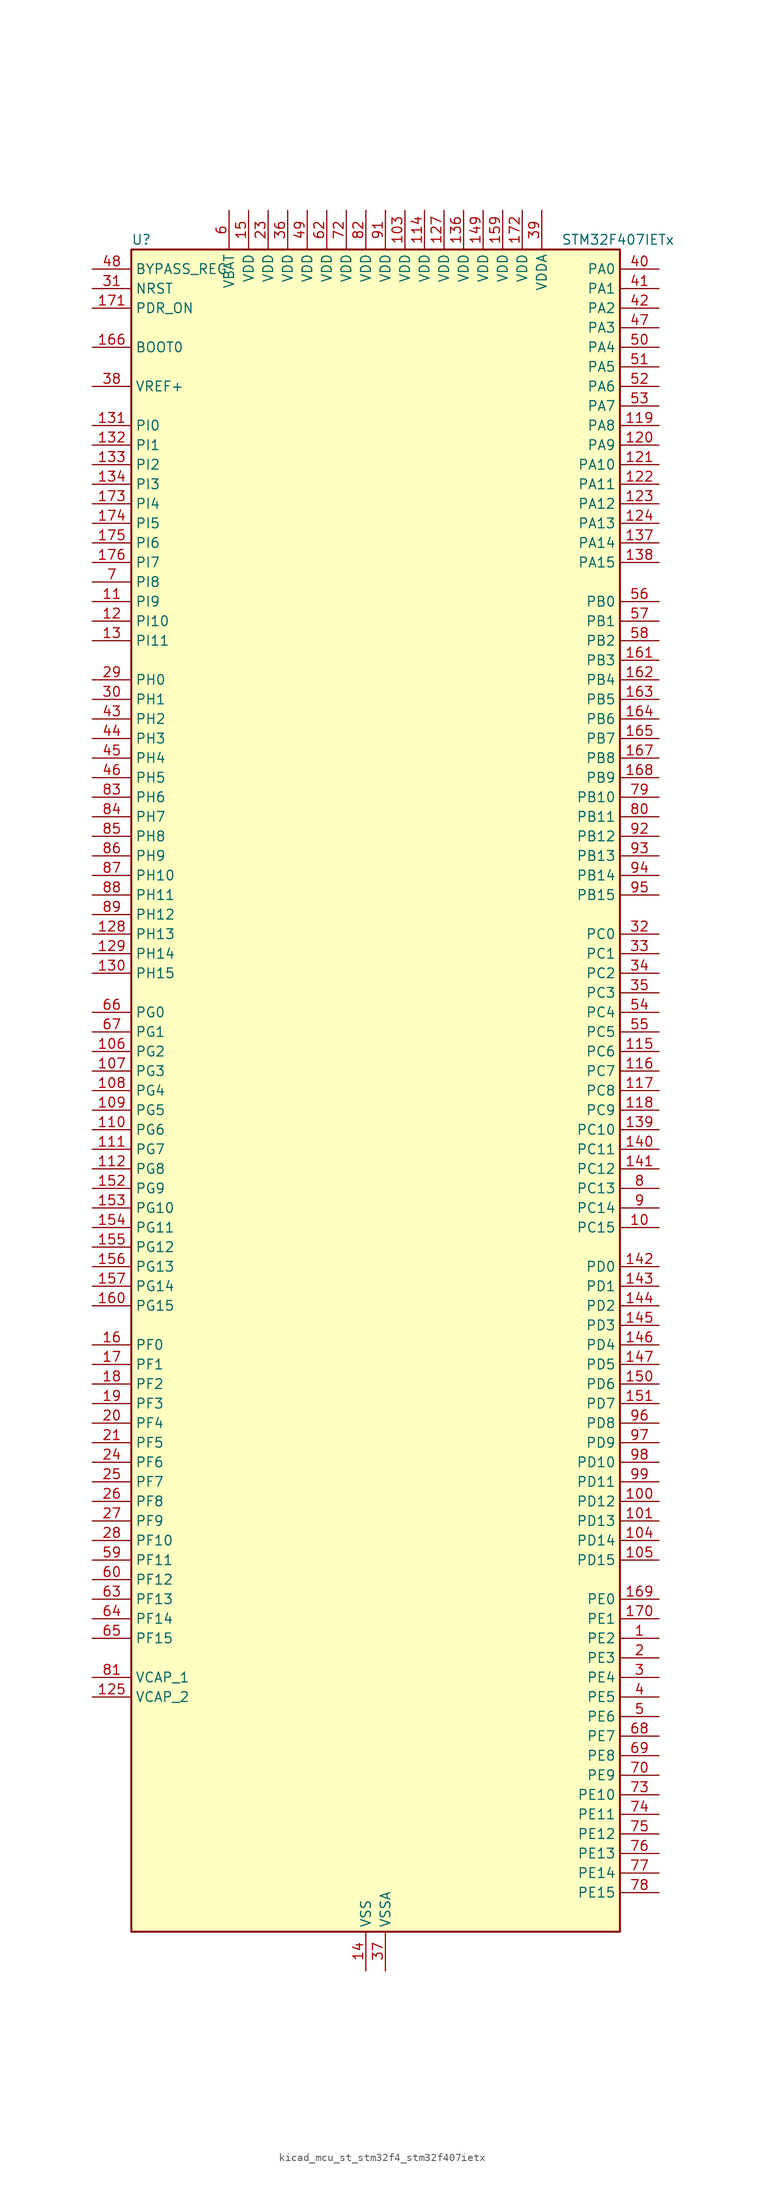
<source format=kicad_sym>
(kicad_symbol_lib
  (version 20220914)
  (generator kicad_symbol_editor)
  (symbol "kicad_mcu_st_stm32f4_stm32f407ietx"
    (property "Reference" "U"
      (at -30.48 110.49 0)
      (effects (font (size 1.27 1.27)) (justify left)))
    (property "Value" "STM32F407IETx"
      (at 25.4 110.49 0)
      (effects (font (size 1.27 1.27)) (justify left)))
    (property "ki_locked" ""
      (at 0 0 0)
      (effects (font (size 1.27 1.27))))
    (symbol "kicad_mcu_st_stm32f4_stm32f407ietx_0_1"
      (rectangle (start -30.48 -109.22) (end 33.02 109.22) (stroke (width 0.254) (type default)) (fill (type background))))
    (symbol "kicad_mcu_st_stm32f4_stm32f407ietx_1_1"
      (pin bidirectional line (at 38.1 -71.12 180) (length 5.08) (name "PE2" (effects (font (size 1.27 1.27)))) (number "1" (effects (font (size 1.27 1.27)))) (alternate "ETH_TXD3" bidirectional line) (alternate "FSMC_A23" bidirectional line) (alternate "SYS_TRACECLK" bidirectional line))
      (pin bidirectional line (at 38.1 -17.78 180) (length 5.08) (name "PC15" (effects (font (size 1.27 1.27)))) (number "10" (effects (font (size 1.27 1.27)))) (alternate "ADC1_EXTI15" bidirectional line) (alternate "ADC2_EXTI15" bidirectional line) (alternate "ADC3_EXTI15" bidirectional line) (alternate "RCC_OSC32_OUT" bidirectional line))
      (pin bidirectional line (at 38.1 -53.34 180) (length 5.08) (name "PD12" (effects (font (size 1.27 1.27)))) (number "100" (effects (font (size 1.27 1.27)))) (alternate "FSMC_A17" bidirectional line) (alternate "FSMC_ALE" bidirectional line) (alternate "TIM4_CH1" bidirectional line) (alternate "USART3_RTS" bidirectional line))
      (pin bidirectional line (at 38.1 -55.88 180) (length 5.08) (name "PD13" (effects (font (size 1.27 1.27)))) (number "101" (effects (font (size 1.27 1.27)))) (alternate "FSMC_A18" bidirectional line) (alternate "TIM4_CH2" bidirectional line))
      (pin passive line (at 0 -114.3 90) (length 5.08) hide (name "VSS" (effects (font (size 1.27 1.27)))) (number "102" (effects (font (size 1.27 1.27)))))
      (pin power_in line (at 5.08 114.3 270) (length 5.08) (name "VDD" (effects (font (size 1.27 1.27)))) (number "103" (effects (font (size 1.27 1.27)))))
      (pin bidirectional line (at 38.1 -58.42 180) (length 5.08) (name "PD14" (effects (font (size 1.27 1.27)))) (number "104" (effects (font (size 1.27 1.27)))) (alternate "FSMC_D0" bidirectional line) (alternate "FSMC_DA0" bidirectional line) (alternate "TIM4_CH3" bidirectional line))
      (pin bidirectional line (at 38.1 -60.96 180) (length 5.08) (name "PD15" (effects (font (size 1.27 1.27)))) (number "105" (effects (font (size 1.27 1.27)))) (alternate "ADC1_EXTI15" bidirectional line) (alternate "ADC2_EXTI15" bidirectional line) (alternate "ADC3_EXTI15" bidirectional line) (alternate "FSMC_D1" bidirectional line) (alternate "FSMC_DA1" bidirectional line) (alternate "TIM4_CH4" bidirectional line))
      (pin bidirectional line (at -35.56 5.08 0) (length 5.08) (name "PG2" (effects (font (size 1.27 1.27)))) (number "106" (effects (font (size 1.27 1.27)))) (alternate "FSMC_A12" bidirectional line))
      (pin bidirectional line (at -35.56 2.54 0) (length 5.08) (name "PG3" (effects (font (size 1.27 1.27)))) (number "107" (effects (font (size 1.27 1.27)))) (alternate "FSMC_A13" bidirectional line))
      (pin bidirectional line (at -35.56 0 0) (length 5.08) (name "PG4" (effects (font (size 1.27 1.27)))) (number "108" (effects (font (size 1.27 1.27)))) (alternate "FSMC_A14" bidirectional line))
      (pin bidirectional line (at -35.56 -2.54 0) (length 5.08) (name "PG5" (effects (font (size 1.27 1.27)))) (number "109" (effects (font (size 1.27 1.27)))) (alternate "FSMC_A15" bidirectional line))
      (pin bidirectional line (at -35.56 63.5 0) (length 5.08) (name "PI9" (effects (font (size 1.27 1.27)))) (number "11" (effects (font (size 1.27 1.27)))) (alternate "CAN1_RX" bidirectional line) (alternate "DAC_EXTI9" bidirectional line))
      (pin bidirectional line (at -35.56 -5.08 0) (length 5.08) (name "PG6" (effects (font (size 1.27 1.27)))) (number "110" (effects (font (size 1.27 1.27)))) (alternate "FSMC_INT2" bidirectional line))
      (pin bidirectional line (at -35.56 -7.62 0) (length 5.08) (name "PG7" (effects (font (size 1.27 1.27)))) (number "111" (effects (font (size 1.27 1.27)))) (alternate "FSMC_INT3" bidirectional line) (alternate "USART6_CK" bidirectional line))
      (pin bidirectional line (at -35.56 -10.16 0) (length 5.08) (name "PG8" (effects (font (size 1.27 1.27)))) (number "112" (effects (font (size 1.27 1.27)))) (alternate "ETH_PPS_OUT" bidirectional line) (alternate "USART6_RTS" bidirectional line))
      (pin passive line (at 0 -114.3 90) (length 5.08) hide (name "VSS" (effects (font (size 1.27 1.27)))) (number "113" (effects (font (size 1.27 1.27)))))
      (pin power_in line (at 7.62 114.3 270) (length 5.08) (name "VDD" (effects (font (size 1.27 1.27)))) (number "114" (effects (font (size 1.27 1.27)))))
      (pin bidirectional line (at 38.1 5.08 180) (length 5.08) (name "PC6" (effects (font (size 1.27 1.27)))) (number "115" (effects (font (size 1.27 1.27)))) (alternate "DCMI_D0" bidirectional line) (alternate "I2S2_MCK" bidirectional line) (alternate "SDIO_D6" bidirectional line) (alternate "TIM3_CH1" bidirectional line) (alternate "TIM8_CH1" bidirectional line) (alternate "USART6_TX" bidirectional line))
      (pin bidirectional line (at 38.1 2.54 180) (length 5.08) (name "PC7" (effects (font (size 1.27 1.27)))) (number "116" (effects (font (size 1.27 1.27)))) (alternate "DCMI_D1" bidirectional line) (alternate "I2S3_MCK" bidirectional line) (alternate "SDIO_D7" bidirectional line) (alternate "TIM3_CH2" bidirectional line) (alternate "TIM8_CH2" bidirectional line) (alternate "USART6_RX" bidirectional line))
      (pin bidirectional line (at 38.1 0 180) (length 5.08) (name "PC8" (effects (font (size 1.27 1.27)))) (number "117" (effects (font (size 1.27 1.27)))) (alternate "DCMI_D2" bidirectional line) (alternate "SDIO_D0" bidirectional line) (alternate "TIM3_CH3" bidirectional line) (alternate "TIM8_CH3" bidirectional line) (alternate "USART6_CK" bidirectional line))
      (pin bidirectional line (at 38.1 -2.54 180) (length 5.08) (name "PC9" (effects (font (size 1.27 1.27)))) (number "118" (effects (font (size 1.27 1.27)))) (alternate "DAC_EXTI9" bidirectional line) (alternate "DCMI_D3" bidirectional line) (alternate "I2C3_SDA" bidirectional line) (alternate "I2S_CKIN" bidirectional line) (alternate "RCC_MCO_2" bidirectional line) (alternate "SDIO_D1" bidirectional line) (alternate "TIM3_CH4" bidirectional line) (alternate "TIM8_CH4" bidirectional line))
      (pin bidirectional line (at 38.1 86.36 180) (length 5.08) (name "PA8" (effects (font (size 1.27 1.27)))) (number "119" (effects (font (size 1.27 1.27)))) (alternate "I2C3_SCL" bidirectional line) (alternate "RCC_MCO_1" bidirectional line) (alternate "TIM1_CH1" bidirectional line) (alternate "USART1_CK" bidirectional line) (alternate "USB_OTG_FS_SOF" bidirectional line))
      (pin bidirectional line (at -35.56 60.96 0) (length 5.08) (name "PI10" (effects (font (size 1.27 1.27)))) (number "12" (effects (font (size 1.27 1.27)))) (alternate "ETH_RX_ER" bidirectional line))
      (pin bidirectional line (at 38.1 83.82 180) (length 5.08) (name "PA9" (effects (font (size 1.27 1.27)))) (number "120" (effects (font (size 1.27 1.27)))) (alternate "DAC_EXTI9" bidirectional line) (alternate "DCMI_D0" bidirectional line) (alternate "I2C3_SMBA" bidirectional line) (alternate "TIM1_CH2" bidirectional line) (alternate "USART1_TX" bidirectional line) (alternate "USB_OTG_FS_VBUS" bidirectional line))
      (pin bidirectional line (at 38.1 81.28 180) (length 5.08) (name "PA10" (effects (font (size 1.27 1.27)))) (number "121" (effects (font (size 1.27 1.27)))) (alternate "DCMI_D1" bidirectional line) (alternate "TIM1_CH3" bidirectional line) (alternate "USART1_RX" bidirectional line) (alternate "USB_OTG_FS_ID" bidirectional line))
      (pin bidirectional line (at 38.1 78.74 180) (length 5.08) (name "PA11" (effects (font (size 1.27 1.27)))) (number "122" (effects (font (size 1.27 1.27)))) (alternate "ADC1_EXTI11" bidirectional line) (alternate "ADC2_EXTI11" bidirectional line) (alternate "ADC3_EXTI11" bidirectional line) (alternate "CAN1_RX" bidirectional line) (alternate "TIM1_CH4" bidirectional line) (alternate "USART1_CTS" bidirectional line) (alternate "USB_OTG_FS_DM" bidirectional line))
      (pin bidirectional line (at 38.1 76.2 180) (length 5.08) (name "PA12" (effects (font (size 1.27 1.27)))) (number "123" (effects (font (size 1.27 1.27)))) (alternate "CAN1_TX" bidirectional line) (alternate "TIM1_ETR" bidirectional line) (alternate "USART1_RTS" bidirectional line) (alternate "USB_OTG_FS_DP" bidirectional line))
      (pin bidirectional line (at 38.1 73.66 180) (length 5.08) (name "PA13" (effects (font (size 1.27 1.27)))) (number "124" (effects (font (size 1.27 1.27)))) (alternate "SYS_JTMS-SWDIO" bidirectional line))
      (pin power_out line (at -35.56 -78.74 0) (length 5.08) (name "VCAP_2" (effects (font (size 1.27 1.27)))) (number "125" (effects (font (size 1.27 1.27)))))
      (pin passive line (at 0 -114.3 90) (length 5.08) hide (name "VSS" (effects (font (size 1.27 1.27)))) (number "126" (effects (font (size 1.27 1.27)))))
      (pin power_in line (at 10.16 114.3 270) (length 5.08) (name "VDD" (effects (font (size 1.27 1.27)))) (number "127" (effects (font (size 1.27 1.27)))))
      (pin bidirectional line (at -35.56 20.32 0) (length 5.08) (name "PH13" (effects (font (size 1.27 1.27)))) (number "128" (effects (font (size 1.27 1.27)))) (alternate "CAN1_TX" bidirectional line) (alternate "TIM8_CH1N" bidirectional line))
      (pin bidirectional line (at -35.56 17.78 0) (length 5.08) (name "PH14" (effects (font (size 1.27 1.27)))) (number "129" (effects (font (size 1.27 1.27)))) (alternate "DCMI_D4" bidirectional line) (alternate "TIM8_CH2N" bidirectional line))
      (pin bidirectional line (at -35.56 58.42 0) (length 5.08) (name "PI11" (effects (font (size 1.27 1.27)))) (number "13" (effects (font (size 1.27 1.27)))) (alternate "ADC1_EXTI11" bidirectional line) (alternate "ADC2_EXTI11" bidirectional line) (alternate "ADC3_EXTI11" bidirectional line) (alternate "USB_OTG_HS_ULPI_DIR" bidirectional line))
      (pin bidirectional line (at -35.56 15.24 0) (length 5.08) (name "PH15" (effects (font (size 1.27 1.27)))) (number "130" (effects (font (size 1.27 1.27)))) (alternate "ADC1_EXTI15" bidirectional line) (alternate "ADC2_EXTI15" bidirectional line) (alternate "ADC3_EXTI15" bidirectional line) (alternate "DCMI_D11" bidirectional line) (alternate "TIM8_CH3N" bidirectional line))
      (pin bidirectional line (at -35.56 86.36 0) (length 5.08) (name "PI0" (effects (font (size 1.27 1.27)))) (number "131" (effects (font (size 1.27 1.27)))) (alternate "DCMI_D13" bidirectional line) (alternate "I2S2_WS" bidirectional line) (alternate "SPI2_NSS" bidirectional line) (alternate "TIM5_CH4" bidirectional line))
      (pin bidirectional line (at -35.56 83.82 0) (length 5.08) (name "PI1" (effects (font (size 1.27 1.27)))) (number "132" (effects (font (size 1.27 1.27)))) (alternate "DCMI_D8" bidirectional line) (alternate "I2S2_CK" bidirectional line) (alternate "SPI2_SCK" bidirectional line))
      (pin bidirectional line (at -35.56 81.28 0) (length 5.08) (name "PI2" (effects (font (size 1.27 1.27)))) (number "133" (effects (font (size 1.27 1.27)))) (alternate "DCMI_D9" bidirectional line) (alternate "I2S2_ext_SD" bidirectional line) (alternate "SPI2_MISO" bidirectional line) (alternate "TIM8_CH4" bidirectional line))
      (pin bidirectional line (at -35.56 78.74 0) (length 5.08) (name "PI3" (effects (font (size 1.27 1.27)))) (number "134" (effects (font (size 1.27 1.27)))) (alternate "DCMI_D10" bidirectional line) (alternate "I2S2_SD" bidirectional line) (alternate "SPI2_MOSI" bidirectional line) (alternate "TIM8_ETR" bidirectional line))
      (pin passive line (at 0 -114.3 90) (length 5.08) hide (name "VSS" (effects (font (size 1.27 1.27)))) (number "135" (effects (font (size 1.27 1.27)))))
      (pin power_in line (at 12.7 114.3 270) (length 5.08) (name "VDD" (effects (font (size 1.27 1.27)))) (number "136" (effects (font (size 1.27 1.27)))))
      (pin bidirectional line (at 38.1 71.12 180) (length 5.08) (name "PA14" (effects (font (size 1.27 1.27)))) (number "137" (effects (font (size 1.27 1.27)))) (alternate "SYS_JTCK-SWCLK" bidirectional line))
      (pin bidirectional line (at 38.1 68.58 180) (length 5.08) (name "PA15" (effects (font (size 1.27 1.27)))) (number "138" (effects (font (size 1.27 1.27)))) (alternate "ADC1_EXTI15" bidirectional line) (alternate "ADC2_EXTI15" bidirectional line) (alternate "ADC3_EXTI15" bidirectional line) (alternate "I2S3_WS" bidirectional line) (alternate "SPI1_NSS" bidirectional line) (alternate "SPI3_NSS" bidirectional line) (alternate "SYS_JTDI" bidirectional line) (alternate "TIM2_CH1" bidirectional line) (alternate "TIM2_ETR" bidirectional line))
      (pin bidirectional line (at 38.1 -5.08 180) (length 5.08) (name "PC10" (effects (font (size 1.27 1.27)))) (number "139" (effects (font (size 1.27 1.27)))) (alternate "DCMI_D8" bidirectional line) (alternate "I2S3_CK" bidirectional line) (alternate "SDIO_D2" bidirectional line) (alternate "SPI3_SCK" bidirectional line) (alternate "UART4_TX" bidirectional line) (alternate "USART3_TX" bidirectional line))
      (pin power_in line (at 0 -114.3 90) (length 5.08) (name "VSS" (effects (font (size 1.27 1.27)))) (number "14" (effects (font (size 1.27 1.27)))))
      (pin bidirectional line (at 38.1 -7.62 180) (length 5.08) (name "PC11" (effects (font (size 1.27 1.27)))) (number "140" (effects (font (size 1.27 1.27)))) (alternate "ADC1_EXTI11" bidirectional line) (alternate "ADC2_EXTI11" bidirectional line) (alternate "ADC3_EXTI11" bidirectional line) (alternate "DCMI_D4" bidirectional line) (alternate "I2S3_ext_SD" bidirectional line) (alternate "SDIO_D3" bidirectional line) (alternate "SPI3_MISO" bidirectional line) (alternate "UART4_RX" bidirectional line) (alternate "USART3_RX" bidirectional line))
      (pin bidirectional line (at 38.1 -10.16 180) (length 5.08) (name "PC12" (effects (font (size 1.27 1.27)))) (number "141" (effects (font (size 1.27 1.27)))) (alternate "DCMI_D9" bidirectional line) (alternate "I2S3_SD" bidirectional line) (alternate "SDIO_CK" bidirectional line) (alternate "SPI3_MOSI" bidirectional line) (alternate "UART5_TX" bidirectional line) (alternate "USART3_CK" bidirectional line))
      (pin bidirectional line (at 38.1 -22.86 180) (length 5.08) (name "PD0" (effects (font (size 1.27 1.27)))) (number "142" (effects (font (size 1.27 1.27)))) (alternate "CAN1_RX" bidirectional line) (alternate "FSMC_D2" bidirectional line) (alternate "FSMC_DA2" bidirectional line))
      (pin bidirectional line (at 38.1 -25.4 180) (length 5.08) (name "PD1" (effects (font (size 1.27 1.27)))) (number "143" (effects (font (size 1.27 1.27)))) (alternate "CAN1_TX" bidirectional line) (alternate "FSMC_D3" bidirectional line) (alternate "FSMC_DA3" bidirectional line))
      (pin bidirectional line (at 38.1 -27.94 180) (length 5.08) (name "PD2" (effects (font (size 1.27 1.27)))) (number "144" (effects (font (size 1.27 1.27)))) (alternate "DCMI_D11" bidirectional line) (alternate "SDIO_CMD" bidirectional line) (alternate "TIM3_ETR" bidirectional line) (alternate "UART5_RX" bidirectional line))
      (pin bidirectional line (at 38.1 -30.48 180) (length 5.08) (name "PD3" (effects (font (size 1.27 1.27)))) (number "145" (effects (font (size 1.27 1.27)))) (alternate "FSMC_CLK" bidirectional line) (alternate "USART2_CTS" bidirectional line))
      (pin bidirectional line (at 38.1 -33.02 180) (length 5.08) (name "PD4" (effects (font (size 1.27 1.27)))) (number "146" (effects (font (size 1.27 1.27)))) (alternate "FSMC_NOE" bidirectional line) (alternate "USART2_RTS" bidirectional line))
      (pin bidirectional line (at 38.1 -35.56 180) (length 5.08) (name "PD5" (effects (font (size 1.27 1.27)))) (number "147" (effects (font (size 1.27 1.27)))) (alternate "FSMC_NWE" bidirectional line) (alternate "USART2_TX" bidirectional line))
      (pin passive line (at 0 -114.3 90) (length 5.08) hide (name "VSS" (effects (font (size 1.27 1.27)))) (number "148" (effects (font (size 1.27 1.27)))))
      (pin power_in line (at 15.24 114.3 270) (length 5.08) (name "VDD" (effects (font (size 1.27 1.27)))) (number "149" (effects (font (size 1.27 1.27)))))
      (pin power_in line (at -15.24 114.3 270) (length 5.08) (name "VDD" (effects (font (size 1.27 1.27)))) (number "15" (effects (font (size 1.27 1.27)))))
      (pin bidirectional line (at 38.1 -38.1 180) (length 5.08) (name "PD6" (effects (font (size 1.27 1.27)))) (number "150" (effects (font (size 1.27 1.27)))) (alternate "FSMC_NWAIT" bidirectional line) (alternate "USART2_RX" bidirectional line))
      (pin bidirectional line (at 38.1 -40.64 180) (length 5.08) (name "PD7" (effects (font (size 1.27 1.27)))) (number "151" (effects (font (size 1.27 1.27)))) (alternate "FSMC_NCE2" bidirectional line) (alternate "FSMC_NE1" bidirectional line) (alternate "USART2_CK" bidirectional line))
      (pin bidirectional line (at -35.56 -12.7 0) (length 5.08) (name "PG9" (effects (font (size 1.27 1.27)))) (number "152" (effects (font (size 1.27 1.27)))) (alternate "DAC_EXTI9" bidirectional line) (alternate "FSMC_NCE3" bidirectional line) (alternate "FSMC_NE2" bidirectional line) (alternate "USART6_RX" bidirectional line))
      (pin bidirectional line (at -35.56 -15.24 0) (length 5.08) (name "PG10" (effects (font (size 1.27 1.27)))) (number "153" (effects (font (size 1.27 1.27)))) (alternate "FSMC_NCE4_1" bidirectional line) (alternate "FSMC_NE3" bidirectional line))
      (pin bidirectional line (at -35.56 -17.78 0) (length 5.08) (name "PG11" (effects (font (size 1.27 1.27)))) (number "154" (effects (font (size 1.27 1.27)))) (alternate "ADC1_EXTI11" bidirectional line) (alternate "ADC2_EXTI11" bidirectional line) (alternate "ADC3_EXTI11" bidirectional line) (alternate "ETH_TX_EN" bidirectional line) (alternate "FSMC_NCE4_2" bidirectional line))
      (pin bidirectional line (at -35.56 -20.32 0) (length 5.08) (name "PG12" (effects (font (size 1.27 1.27)))) (number "155" (effects (font (size 1.27 1.27)))) (alternate "FSMC_NE4" bidirectional line) (alternate "USART6_RTS" bidirectional line))
      (pin bidirectional line (at -35.56 -22.86 0) (length 5.08) (name "PG13" (effects (font (size 1.27 1.27)))) (number "156" (effects (font (size 1.27 1.27)))) (alternate "ETH_TXD0" bidirectional line) (alternate "FSMC_A24" bidirectional line) (alternate "USART6_CTS" bidirectional line))
      (pin bidirectional line (at -35.56 -25.4 0) (length 5.08) (name "PG14" (effects (font (size 1.27 1.27)))) (number "157" (effects (font (size 1.27 1.27)))) (alternate "ETH_TXD1" bidirectional line) (alternate "FSMC_A25" bidirectional line) (alternate "USART6_TX" bidirectional line))
      (pin passive line (at 0 -114.3 90) (length 5.08) hide (name "VSS" (effects (font (size 1.27 1.27)))) (number "158" (effects (font (size 1.27 1.27)))))
      (pin power_in line (at 17.78 114.3 270) (length 5.08) (name "VDD" (effects (font (size 1.27 1.27)))) (number "159" (effects (font (size 1.27 1.27)))))
      (pin bidirectional line (at -35.56 -33.02 0) (length 5.08) (name "PF0" (effects (font (size 1.27 1.27)))) (number "16" (effects (font (size 1.27 1.27)))) (alternate "FSMC_A0" bidirectional line) (alternate "I2C2_SDA" bidirectional line))
      (pin bidirectional line (at -35.56 -27.94 0) (length 5.08) (name "PG15" (effects (font (size 1.27 1.27)))) (number "160" (effects (font (size 1.27 1.27)))) (alternate "ADC1_EXTI15" bidirectional line) (alternate "ADC2_EXTI15" bidirectional line) (alternate "ADC3_EXTI15" bidirectional line) (alternate "DCMI_D13" bidirectional line) (alternate "USART6_CTS" bidirectional line))
      (pin bidirectional line (at 38.1 55.88 180) (length 5.08) (name "PB3" (effects (font (size 1.27 1.27)))) (number "161" (effects (font (size 1.27 1.27)))) (alternate "I2S3_CK" bidirectional line) (alternate "SPI1_SCK" bidirectional line) (alternate "SPI3_SCK" bidirectional line) (alternate "SYS_JTDO-SWO" bidirectional line) (alternate "TIM2_CH2" bidirectional line))
      (pin bidirectional line (at 38.1 53.34 180) (length 5.08) (name "PB4" (effects (font (size 1.27 1.27)))) (number "162" (effects (font (size 1.27 1.27)))) (alternate "I2S3_ext_SD" bidirectional line) (alternate "SPI1_MISO" bidirectional line) (alternate "SPI3_MISO" bidirectional line) (alternate "SYS_JTRST" bidirectional line) (alternate "TIM3_CH1" bidirectional line))
      (pin bidirectional line (at 38.1 50.8 180) (length 5.08) (name "PB5" (effects (font (size 1.27 1.27)))) (number "163" (effects (font (size 1.27 1.27)))) (alternate "CAN2_RX" bidirectional line) (alternate "DCMI_D10" bidirectional line) (alternate "ETH_PPS_OUT" bidirectional line) (alternate "I2C1_SMBA" bidirectional line) (alternate "I2S3_SD" bidirectional line) (alternate "SPI1_MOSI" bidirectional line) (alternate "SPI3_MOSI" bidirectional line) (alternate "TIM3_CH2" bidirectional line) (alternate "USB_OTG_HS_ULPI_D7" bidirectional line))
      (pin bidirectional line (at 38.1 48.26 180) (length 5.08) (name "PB6" (effects (font (size 1.27 1.27)))) (number "164" (effects (font (size 1.27 1.27)))) (alternate "CAN2_TX" bidirectional line) (alternate "DCMI_D5" bidirectional line) (alternate "I2C1_SCL" bidirectional line) (alternate "TIM4_CH1" bidirectional line) (alternate "USART1_TX" bidirectional line))
      (pin bidirectional line (at 38.1 45.72 180) (length 5.08) (name "PB7" (effects (font (size 1.27 1.27)))) (number "165" (effects (font (size 1.27 1.27)))) (alternate "DCMI_VSYNC" bidirectional line) (alternate "FSMC_NL" bidirectional line) (alternate "I2C1_SDA" bidirectional line) (alternate "TIM4_CH2" bidirectional line) (alternate "USART1_RX" bidirectional line))
      (pin input line (at -35.56 96.52 0) (length 5.08) (name "BOOT0" (effects (font (size 1.27 1.27)))) (number "166" (effects (font (size 1.27 1.27)))))
      (pin bidirectional line (at 38.1 43.18 180) (length 5.08) (name "PB8" (effects (font (size 1.27 1.27)))) (number "167" (effects (font (size 1.27 1.27)))) (alternate "CAN1_RX" bidirectional line) (alternate "DCMI_D6" bidirectional line) (alternate "ETH_TXD3" bidirectional line) (alternate "I2C1_SCL" bidirectional line) (alternate "SDIO_D4" bidirectional line) (alternate "TIM10_CH1" bidirectional line) (alternate "TIM4_CH3" bidirectional line))
      (pin bidirectional line (at 38.1 40.64 180) (length 5.08) (name "PB9" (effects (font (size 1.27 1.27)))) (number "168" (effects (font (size 1.27 1.27)))) (alternate "CAN1_TX" bidirectional line) (alternate "DAC_EXTI9" bidirectional line) (alternate "DCMI_D7" bidirectional line) (alternate "I2C1_SDA" bidirectional line) (alternate "I2S2_WS" bidirectional line) (alternate "SDIO_D5" bidirectional line) (alternate "SPI2_NSS" bidirectional line) (alternate "TIM11_CH1" bidirectional line) (alternate "TIM4_CH4" bidirectional line))
      (pin bidirectional line (at 38.1 -66.04 180) (length 5.08) (name "PE0" (effects (font (size 1.27 1.27)))) (number "169" (effects (font (size 1.27 1.27)))) (alternate "DCMI_D2" bidirectional line) (alternate "FSMC_NBL0" bidirectional line) (alternate "TIM4_ETR" bidirectional line))
      (pin bidirectional line (at -35.56 -35.56 0) (length 5.08) (name "PF1" (effects (font (size 1.27 1.27)))) (number "17" (effects (font (size 1.27 1.27)))) (alternate "FSMC_A1" bidirectional line) (alternate "I2C2_SCL" bidirectional line))
      (pin bidirectional line (at 38.1 -68.58 180) (length 5.08) (name "PE1" (effects (font (size 1.27 1.27)))) (number "170" (effects (font (size 1.27 1.27)))) (alternate "DCMI_D3" bidirectional line) (alternate "FSMC_NBL1" bidirectional line))
      (pin input line (at -35.56 101.6 0) (length 5.08) (name "PDR_ON" (effects (font (size 1.27 1.27)))) (number "171" (effects (font (size 1.27 1.27)))))
      (pin power_in line (at 20.32 114.3 270) (length 5.08) (name "VDD" (effects (font (size 1.27 1.27)))) (number "172" (effects (font (size 1.27 1.27)))))
      (pin bidirectional line (at -35.56 76.2 0) (length 5.08) (name "PI4" (effects (font (size 1.27 1.27)))) (number "173" (effects (font (size 1.27 1.27)))) (alternate "DCMI_D5" bidirectional line) (alternate "TIM8_BKIN" bidirectional line))
      (pin bidirectional line (at -35.56 73.66 0) (length 5.08) (name "PI5" (effects (font (size 1.27 1.27)))) (number "174" (effects (font (size 1.27 1.27)))) (alternate "DCMI_VSYNC" bidirectional line) (alternate "TIM8_CH1" bidirectional line))
      (pin bidirectional line (at -35.56 71.12 0) (length 5.08) (name "PI6" (effects (font (size 1.27 1.27)))) (number "175" (effects (font (size 1.27 1.27)))) (alternate "DCMI_D6" bidirectional line) (alternate "TIM8_CH2" bidirectional line))
      (pin bidirectional line (at -35.56 68.58 0) (length 5.08) (name "PI7" (effects (font (size 1.27 1.27)))) (number "176" (effects (font (size 1.27 1.27)))) (alternate "DCMI_D7" bidirectional line) (alternate "TIM8_CH3" bidirectional line))
      (pin bidirectional line (at -35.56 -38.1 0) (length 5.08) (name "PF2" (effects (font (size 1.27 1.27)))) (number "18" (effects (font (size 1.27 1.27)))) (alternate "FSMC_A2" bidirectional line) (alternate "I2C2_SMBA" bidirectional line))
      (pin bidirectional line (at -35.56 -40.64 0) (length 5.08) (name "PF3" (effects (font (size 1.27 1.27)))) (number "19" (effects (font (size 1.27 1.27)))) (alternate "ADC3_IN9" bidirectional line) (alternate "FSMC_A3" bidirectional line))
      (pin bidirectional line (at 38.1 -73.66 180) (length 5.08) (name "PE3" (effects (font (size 1.27 1.27)))) (number "2" (effects (font (size 1.27 1.27)))) (alternate "FSMC_A19" bidirectional line) (alternate "SYS_TRACED0" bidirectional line))
      (pin bidirectional line (at -35.56 -43.18 0) (length 5.08) (name "PF4" (effects (font (size 1.27 1.27)))) (number "20" (effects (font (size 1.27 1.27)))) (alternate "ADC3_IN14" bidirectional line) (alternate "FSMC_A4" bidirectional line))
      (pin bidirectional line (at -35.56 -45.72 0) (length 5.08) (name "PF5" (effects (font (size 1.27 1.27)))) (number "21" (effects (font (size 1.27 1.27)))) (alternate "ADC3_IN15" bidirectional line) (alternate "FSMC_A5" bidirectional line))
      (pin passive line (at 0 -114.3 90) (length 5.08) hide (name "VSS" (effects (font (size 1.27 1.27)))) (number "22" (effects (font (size 1.27 1.27)))))
      (pin power_in line (at -12.7 114.3 270) (length 5.08) (name "VDD" (effects (font (size 1.27 1.27)))) (number "23" (effects (font (size 1.27 1.27)))))
      (pin bidirectional line (at -35.56 -48.26 0) (length 5.08) (name "PF6" (effects (font (size 1.27 1.27)))) (number "24" (effects (font (size 1.27 1.27)))) (alternate "ADC3_IN4" bidirectional line) (alternate "FSMC_NIORD" bidirectional line) (alternate "TIM10_CH1" bidirectional line))
      (pin bidirectional line (at -35.56 -50.8 0) (length 5.08) (name "PF7" (effects (font (size 1.27 1.27)))) (number "25" (effects (font (size 1.27 1.27)))) (alternate "ADC3_IN5" bidirectional line) (alternate "FSMC_NREG" bidirectional line) (alternate "TIM11_CH1" bidirectional line))
      (pin bidirectional line (at -35.56 -53.34 0) (length 5.08) (name "PF8" (effects (font (size 1.27 1.27)))) (number "26" (effects (font (size 1.27 1.27)))) (alternate "ADC3_IN6" bidirectional line) (alternate "FSMC_NIOWR" bidirectional line) (alternate "TIM13_CH1" bidirectional line))
      (pin bidirectional line (at -35.56 -55.88 0) (length 5.08) (name "PF9" (effects (font (size 1.27 1.27)))) (number "27" (effects (font (size 1.27 1.27)))) (alternate "ADC3_IN7" bidirectional line) (alternate "DAC_EXTI9" bidirectional line) (alternate "FSMC_CD" bidirectional line) (alternate "TIM14_CH1" bidirectional line))
      (pin bidirectional line (at -35.56 -58.42 0) (length 5.08) (name "PF10" (effects (font (size 1.27 1.27)))) (number "28" (effects (font (size 1.27 1.27)))) (alternate "ADC3_IN8" bidirectional line) (alternate "FSMC_INTR" bidirectional line))
      (pin bidirectional line (at -35.56 53.34 0) (length 5.08) (name "PH0" (effects (font (size 1.27 1.27)))) (number "29" (effects (font (size 1.27 1.27)))) (alternate "RCC_OSC_IN" bidirectional line))
      (pin bidirectional line (at 38.1 -76.2 180) (length 5.08) (name "PE4" (effects (font (size 1.27 1.27)))) (number "3" (effects (font (size 1.27 1.27)))) (alternate "DCMI_D4" bidirectional line) (alternate "FSMC_A20" bidirectional line) (alternate "SYS_TRACED1" bidirectional line))
      (pin bidirectional line (at -35.56 50.8 0) (length 5.08) (name "PH1" (effects (font (size 1.27 1.27)))) (number "30" (effects (font (size 1.27 1.27)))) (alternate "RCC_OSC_OUT" bidirectional line))
      (pin input line (at -35.56 104.14 0) (length 5.08) (name "NRST" (effects (font (size 1.27 1.27)))) (number "31" (effects (font (size 1.27 1.27)))))
      (pin bidirectional line (at 38.1 20.32 180) (length 5.08) (name "PC0" (effects (font (size 1.27 1.27)))) (number "32" (effects (font (size 1.27 1.27)))) (alternate "ADC1_IN10" bidirectional line) (alternate "ADC2_IN10" bidirectional line) (alternate "ADC3_IN10" bidirectional line) (alternate "USB_OTG_HS_ULPI_STP" bidirectional line))
      (pin bidirectional line (at 38.1 17.78 180) (length 5.08) (name "PC1" (effects (font (size 1.27 1.27)))) (number "33" (effects (font (size 1.27 1.27)))) (alternate "ADC1_IN11" bidirectional line) (alternate "ADC2_IN11" bidirectional line) (alternate "ADC3_IN11" bidirectional line) (alternate "ETH_MDC" bidirectional line))
      (pin bidirectional line (at 38.1 15.24 180) (length 5.08) (name "PC2" (effects (font (size 1.27 1.27)))) (number "34" (effects (font (size 1.27 1.27)))) (alternate "ADC1_IN12" bidirectional line) (alternate "ADC2_IN12" bidirectional line) (alternate "ADC3_IN12" bidirectional line) (alternate "ETH_TXD2" bidirectional line) (alternate "I2S2_ext_SD" bidirectional line) (alternate "SPI2_MISO" bidirectional line) (alternate "USB_OTG_HS_ULPI_DIR" bidirectional line))
      (pin bidirectional line (at 38.1 12.7 180) (length 5.08) (name "PC3" (effects (font (size 1.27 1.27)))) (number "35" (effects (font (size 1.27 1.27)))) (alternate "ADC1_IN13" bidirectional line) (alternate "ADC2_IN13" bidirectional line) (alternate "ADC3_IN13" bidirectional line) (alternate "ETH_TX_CLK" bidirectional line) (alternate "I2S2_SD" bidirectional line) (alternate "SPI2_MOSI" bidirectional line) (alternate "USB_OTG_HS_ULPI_NXT" bidirectional line))
      (pin power_in line (at -10.16 114.3 270) (length 5.08) (name "VDD" (effects (font (size 1.27 1.27)))) (number "36" (effects (font (size 1.27 1.27)))))
      (pin power_in line (at 2.54 -114.3 90) (length 5.08) (name "VSSA" (effects (font (size 1.27 1.27)))) (number "37" (effects (font (size 1.27 1.27)))))
      (pin input line (at -35.56 91.44 0) (length 5.08) (name "VREF+" (effects (font (size 1.27 1.27)))) (number "38" (effects (font (size 1.27 1.27)))))
      (pin power_in line (at 22.86 114.3 270) (length 5.08) (name "VDDA" (effects (font (size 1.27 1.27)))) (number "39" (effects (font (size 1.27 1.27)))))
      (pin bidirectional line (at 38.1 -78.74 180) (length 5.08) (name "PE5" (effects (font (size 1.27 1.27)))) (number "4" (effects (font (size 1.27 1.27)))) (alternate "DCMI_D6" bidirectional line) (alternate "FSMC_A21" bidirectional line) (alternate "SYS_TRACED2" bidirectional line) (alternate "TIM9_CH1" bidirectional line))
      (pin bidirectional line (at 38.1 106.68 180) (length 5.08) (name "PA0" (effects (font (size 1.27 1.27)))) (number "40" (effects (font (size 1.27 1.27)))) (alternate "ADC1_IN0" bidirectional line) (alternate "ADC2_IN0" bidirectional line) (alternate "ADC3_IN0" bidirectional line) (alternate "ETH_CRS" bidirectional line) (alternate "SYS_WKUP" bidirectional line) (alternate "TIM2_CH1" bidirectional line) (alternate "TIM2_ETR" bidirectional line) (alternate "TIM5_CH1" bidirectional line) (alternate "TIM8_ETR" bidirectional line) (alternate "UART4_TX" bidirectional line) (alternate "USART2_CTS" bidirectional line))
      (pin bidirectional line (at 38.1 104.14 180) (length 5.08) (name "PA1" (effects (font (size 1.27 1.27)))) (number "41" (effects (font (size 1.27 1.27)))) (alternate "ADC1_IN1" bidirectional line) (alternate "ADC2_IN1" bidirectional line) (alternate "ADC3_IN1" bidirectional line) (alternate "ETH_REF_CLK" bidirectional line) (alternate "ETH_RX_CLK" bidirectional line) (alternate "TIM2_CH2" bidirectional line) (alternate "TIM5_CH2" bidirectional line) (alternate "UART4_RX" bidirectional line) (alternate "USART2_RTS" bidirectional line))
      (pin bidirectional line (at 38.1 101.6 180) (length 5.08) (name "PA2" (effects (font (size 1.27 1.27)))) (number "42" (effects (font (size 1.27 1.27)))) (alternate "ADC1_IN2" bidirectional line) (alternate "ADC2_IN2" bidirectional line) (alternate "ADC3_IN2" bidirectional line) (alternate "ETH_MDIO" bidirectional line) (alternate "TIM2_CH3" bidirectional line) (alternate "TIM5_CH3" bidirectional line) (alternate "TIM9_CH1" bidirectional line) (alternate "USART2_TX" bidirectional line))
      (pin bidirectional line (at -35.56 48.26 0) (length 5.08) (name "PH2" (effects (font (size 1.27 1.27)))) (number "43" (effects (font (size 1.27 1.27)))) (alternate "ETH_CRS" bidirectional line))
      (pin bidirectional line (at -35.56 45.72 0) (length 5.08) (name "PH3" (effects (font (size 1.27 1.27)))) (number "44" (effects (font (size 1.27 1.27)))) (alternate "ETH_COL" bidirectional line))
      (pin bidirectional line (at -35.56 43.18 0) (length 5.08) (name "PH4" (effects (font (size 1.27 1.27)))) (number "45" (effects (font (size 1.27 1.27)))) (alternate "I2C2_SCL" bidirectional line) (alternate "USB_OTG_HS_ULPI_NXT" bidirectional line))
      (pin bidirectional line (at -35.56 40.64 0) (length 5.08) (name "PH5" (effects (font (size 1.27 1.27)))) (number "46" (effects (font (size 1.27 1.27)))) (alternate "I2C2_SDA" bidirectional line))
      (pin bidirectional line (at 38.1 99.06 180) (length 5.08) (name "PA3" (effects (font (size 1.27 1.27)))) (number "47" (effects (font (size 1.27 1.27)))) (alternate "ADC1_IN3" bidirectional line) (alternate "ADC2_IN3" bidirectional line) (alternate "ADC3_IN3" bidirectional line) (alternate "ETH_COL" bidirectional line) (alternate "TIM2_CH4" bidirectional line) (alternate "TIM5_CH4" bidirectional line) (alternate "TIM9_CH2" bidirectional line) (alternate "USART2_RX" bidirectional line) (alternate "USB_OTG_HS_ULPI_D0" bidirectional line))
      (pin input line (at -35.56 106.68 0) (length 5.08) (name "BYPASS_REG" (effects (font (size 1.27 1.27)))) (number "48" (effects (font (size 1.27 1.27)))))
      (pin power_in line (at -7.62 114.3 270) (length 5.08) (name "VDD" (effects (font (size 1.27 1.27)))) (number "49" (effects (font (size 1.27 1.27)))))
      (pin bidirectional line (at 38.1 -81.28 180) (length 5.08) (name "PE6" (effects (font (size 1.27 1.27)))) (number "5" (effects (font (size 1.27 1.27)))) (alternate "DCMI_D7" bidirectional line) (alternate "FSMC_A22" bidirectional line) (alternate "SYS_TRACED3" bidirectional line) (alternate "TIM9_CH2" bidirectional line))
      (pin bidirectional line (at 38.1 96.52 180) (length 5.08) (name "PA4" (effects (font (size 1.27 1.27)))) (number "50" (effects (font (size 1.27 1.27)))) (alternate "ADC1_IN4" bidirectional line) (alternate "ADC2_IN4" bidirectional line) (alternate "DAC_OUT1" bidirectional line) (alternate "DCMI_HSYNC" bidirectional line) (alternate "I2S3_WS" bidirectional line) (alternate "SPI1_NSS" bidirectional line) (alternate "SPI3_NSS" bidirectional line) (alternate "USART2_CK" bidirectional line) (alternate "USB_OTG_HS_SOF" bidirectional line))
      (pin bidirectional line (at 38.1 93.98 180) (length 5.08) (name "PA5" (effects (font (size 1.27 1.27)))) (number "51" (effects (font (size 1.27 1.27)))) (alternate "ADC1_IN5" bidirectional line) (alternate "ADC2_IN5" bidirectional line) (alternate "DAC_OUT2" bidirectional line) (alternate "SPI1_SCK" bidirectional line) (alternate "TIM2_CH1" bidirectional line) (alternate "TIM2_ETR" bidirectional line) (alternate "TIM8_CH1N" bidirectional line) (alternate "USB_OTG_HS_ULPI_CK" bidirectional line))
      (pin bidirectional line (at 38.1 91.44 180) (length 5.08) (name "PA6" (effects (font (size 1.27 1.27)))) (number "52" (effects (font (size 1.27 1.27)))) (alternate "ADC1_IN6" bidirectional line) (alternate "ADC2_IN6" bidirectional line) (alternate "DCMI_PIXCLK" bidirectional line) (alternate "SPI1_MISO" bidirectional line) (alternate "TIM13_CH1" bidirectional line) (alternate "TIM1_BKIN" bidirectional line) (alternate "TIM3_CH1" bidirectional line) (alternate "TIM8_BKIN" bidirectional line))
      (pin bidirectional line (at 38.1 88.9 180) (length 5.08) (name "PA7" (effects (font (size 1.27 1.27)))) (number "53" (effects (font (size 1.27 1.27)))) (alternate "ADC1_IN7" bidirectional line) (alternate "ADC2_IN7" bidirectional line) (alternate "ETH_CRS_DV" bidirectional line) (alternate "ETH_RX_DV" bidirectional line) (alternate "SPI1_MOSI" bidirectional line) (alternate "TIM14_CH1" bidirectional line) (alternate "TIM1_CH1N" bidirectional line) (alternate "TIM3_CH2" bidirectional line) (alternate "TIM8_CH1N" bidirectional line))
      (pin bidirectional line (at 38.1 10.16 180) (length 5.08) (name "PC4" (effects (font (size 1.27 1.27)))) (number "54" (effects (font (size 1.27 1.27)))) (alternate "ADC1_IN14" bidirectional line) (alternate "ADC2_IN14" bidirectional line) (alternate "ETH_RXD0" bidirectional line))
      (pin bidirectional line (at 38.1 7.62 180) (length 5.08) (name "PC5" (effects (font (size 1.27 1.27)))) (number "55" (effects (font (size 1.27 1.27)))) (alternate "ADC1_IN15" bidirectional line) (alternate "ADC2_IN15" bidirectional line) (alternate "ETH_RXD1" bidirectional line))
      (pin bidirectional line (at 38.1 63.5 180) (length 5.08) (name "PB0" (effects (font (size 1.27 1.27)))) (number "56" (effects (font (size 1.27 1.27)))) (alternate "ADC1_IN8" bidirectional line) (alternate "ADC2_IN8" bidirectional line) (alternate "ETH_RXD2" bidirectional line) (alternate "TIM1_CH2N" bidirectional line) (alternate "TIM3_CH3" bidirectional line) (alternate "TIM8_CH2N" bidirectional line) (alternate "USB_OTG_HS_ULPI_D1" bidirectional line))
      (pin bidirectional line (at 38.1 60.96 180) (length 5.08) (name "PB1" (effects (font (size 1.27 1.27)))) (number "57" (effects (font (size 1.27 1.27)))) (alternate "ADC1_IN9" bidirectional line) (alternate "ADC2_IN9" bidirectional line) (alternate "ETH_RXD3" bidirectional line) (alternate "TIM1_CH3N" bidirectional line) (alternate "TIM3_CH4" bidirectional line) (alternate "TIM8_CH3N" bidirectional line) (alternate "USB_OTG_HS_ULPI_D2" bidirectional line))
      (pin bidirectional line (at 38.1 58.42 180) (length 5.08) (name "PB2" (effects (font (size 1.27 1.27)))) (number "58" (effects (font (size 1.27 1.27)))))
      (pin bidirectional line (at -35.56 -60.96 0) (length 5.08) (name "PF11" (effects (font (size 1.27 1.27)))) (number "59" (effects (font (size 1.27 1.27)))) (alternate "ADC1_EXTI11" bidirectional line) (alternate "ADC2_EXTI11" bidirectional line) (alternate "ADC3_EXTI11" bidirectional line) (alternate "DCMI_D12" bidirectional line))
      (pin power_in line (at -17.78 114.3 270) (length 5.08) (name "VBAT" (effects (font (size 1.27 1.27)))) (number "6" (effects (font (size 1.27 1.27)))))
      (pin bidirectional line (at -35.56 -63.5 0) (length 5.08) (name "PF12" (effects (font (size 1.27 1.27)))) (number "60" (effects (font (size 1.27 1.27)))) (alternate "FSMC_A6" bidirectional line))
      (pin passive line (at 0 -114.3 90) (length 5.08) hide (name "VSS" (effects (font (size 1.27 1.27)))) (number "61" (effects (font (size 1.27 1.27)))))
      (pin power_in line (at -5.08 114.3 270) (length 5.08) (name "VDD" (effects (font (size 1.27 1.27)))) (number "62" (effects (font (size 1.27 1.27)))))
      (pin bidirectional line (at -35.56 -66.04 0) (length 5.08) (name "PF13" (effects (font (size 1.27 1.27)))) (number "63" (effects (font (size 1.27 1.27)))) (alternate "FSMC_A7" bidirectional line))
      (pin bidirectional line (at -35.56 -68.58 0) (length 5.08) (name "PF14" (effects (font (size 1.27 1.27)))) (number "64" (effects (font (size 1.27 1.27)))) (alternate "FSMC_A8" bidirectional line))
      (pin bidirectional line (at -35.56 -71.12 0) (length 5.08) (name "PF15" (effects (font (size 1.27 1.27)))) (number "65" (effects (font (size 1.27 1.27)))) (alternate "ADC1_EXTI15" bidirectional line) (alternate "ADC2_EXTI15" bidirectional line) (alternate "ADC3_EXTI15" bidirectional line) (alternate "FSMC_A9" bidirectional line))
      (pin bidirectional line (at -35.56 10.16 0) (length 5.08) (name "PG0" (effects (font (size 1.27 1.27)))) (number "66" (effects (font (size 1.27 1.27)))) (alternate "FSMC_A10" bidirectional line))
      (pin bidirectional line (at -35.56 7.62 0) (length 5.08) (name "PG1" (effects (font (size 1.27 1.27)))) (number "67" (effects (font (size 1.27 1.27)))) (alternate "FSMC_A11" bidirectional line))
      (pin bidirectional line (at 38.1 -83.82 180) (length 5.08) (name "PE7" (effects (font (size 1.27 1.27)))) (number "68" (effects (font (size 1.27 1.27)))) (alternate "FSMC_D4" bidirectional line) (alternate "FSMC_DA4" bidirectional line) (alternate "TIM1_ETR" bidirectional line))
      (pin bidirectional line (at 38.1 -86.36 180) (length 5.08) (name "PE8" (effects (font (size 1.27 1.27)))) (number "69" (effects (font (size 1.27 1.27)))) (alternate "FSMC_D5" bidirectional line) (alternate "FSMC_DA5" bidirectional line) (alternate "TIM1_CH1N" bidirectional line))
      (pin bidirectional line (at -35.56 66.04 0) (length 5.08) (name "PI8" (effects (font (size 1.27 1.27)))) (number "7" (effects (font (size 1.27 1.27)))) (alternate "RTC_AF2" bidirectional line))
      (pin bidirectional line (at 38.1 -88.9 180) (length 5.08) (name "PE9" (effects (font (size 1.27 1.27)))) (number "70" (effects (font (size 1.27 1.27)))) (alternate "DAC_EXTI9" bidirectional line) (alternate "FSMC_D6" bidirectional line) (alternate "FSMC_DA6" bidirectional line) (alternate "TIM1_CH1" bidirectional line))
      (pin passive line (at 0 -114.3 90) (length 5.08) hide (name "VSS" (effects (font (size 1.27 1.27)))) (number "71" (effects (font (size 1.27 1.27)))))
      (pin power_in line (at -2.54 114.3 270) (length 5.08) (name "VDD" (effects (font (size 1.27 1.27)))) (number "72" (effects (font (size 1.27 1.27)))))
      (pin bidirectional line (at 38.1 -91.44 180) (length 5.08) (name "PE10" (effects (font (size 1.27 1.27)))) (number "73" (effects (font (size 1.27 1.27)))) (alternate "FSMC_D7" bidirectional line) (alternate "FSMC_DA7" bidirectional line) (alternate "TIM1_CH2N" bidirectional line))
      (pin bidirectional line (at 38.1 -93.98 180) (length 5.08) (name "PE11" (effects (font (size 1.27 1.27)))) (number "74" (effects (font (size 1.27 1.27)))) (alternate "ADC1_EXTI11" bidirectional line) (alternate "ADC2_EXTI11" bidirectional line) (alternate "ADC3_EXTI11" bidirectional line) (alternate "FSMC_D8" bidirectional line) (alternate "FSMC_DA8" bidirectional line) (alternate "TIM1_CH2" bidirectional line))
      (pin bidirectional line (at 38.1 -96.52 180) (length 5.08) (name "PE12" (effects (font (size 1.27 1.27)))) (number "75" (effects (font (size 1.27 1.27)))) (alternate "FSMC_D9" bidirectional line) (alternate "FSMC_DA9" bidirectional line) (alternate "TIM1_CH3N" bidirectional line))
      (pin bidirectional line (at 38.1 -99.06 180) (length 5.08) (name "PE13" (effects (font (size 1.27 1.27)))) (number "76" (effects (font (size 1.27 1.27)))) (alternate "FSMC_D10" bidirectional line) (alternate "FSMC_DA10" bidirectional line) (alternate "TIM1_CH3" bidirectional line))
      (pin bidirectional line (at 38.1 -101.6 180) (length 5.08) (name "PE14" (effects (font (size 1.27 1.27)))) (number "77" (effects (font (size 1.27 1.27)))) (alternate "FSMC_D11" bidirectional line) (alternate "FSMC_DA11" bidirectional line) (alternate "TIM1_CH4" bidirectional line))
      (pin bidirectional line (at 38.1 -104.14 180) (length 5.08) (name "PE15" (effects (font (size 1.27 1.27)))) (number "78" (effects (font (size 1.27 1.27)))) (alternate "ADC1_EXTI15" bidirectional line) (alternate "ADC2_EXTI15" bidirectional line) (alternate "ADC3_EXTI15" bidirectional line) (alternate "FSMC_D12" bidirectional line) (alternate "FSMC_DA12" bidirectional line) (alternate "TIM1_BKIN" bidirectional line))
      (pin bidirectional line (at 38.1 38.1 180) (length 5.08) (name "PB10" (effects (font (size 1.27 1.27)))) (number "79" (effects (font (size 1.27 1.27)))) (alternate "ETH_RX_ER" bidirectional line) (alternate "I2C2_SCL" bidirectional line) (alternate "I2S2_CK" bidirectional line) (alternate "SPI2_SCK" bidirectional line) (alternate "TIM2_CH3" bidirectional line) (alternate "USART3_TX" bidirectional line) (alternate "USB_OTG_HS_ULPI_D3" bidirectional line))
      (pin bidirectional line (at 38.1 -12.7 180) (length 5.08) (name "PC13" (effects (font (size 1.27 1.27)))) (number "8" (effects (font (size 1.27 1.27)))) (alternate "RTC_AF1" bidirectional line))
      (pin bidirectional line (at 38.1 35.56 180) (length 5.08) (name "PB11" (effects (font (size 1.27 1.27)))) (number "80" (effects (font (size 1.27 1.27)))) (alternate "ADC1_EXTI11" bidirectional line) (alternate "ADC2_EXTI11" bidirectional line) (alternate "ADC3_EXTI11" bidirectional line) (alternate "ETH_TX_EN" bidirectional line) (alternate "I2C2_SDA" bidirectional line) (alternate "TIM2_CH4" bidirectional line) (alternate "USART3_RX" bidirectional line) (alternate "USB_OTG_HS_ULPI_D4" bidirectional line))
      (pin power_out line (at -35.56 -76.2 0) (length 5.08) (name "VCAP_1" (effects (font (size 1.27 1.27)))) (number "81" (effects (font (size 1.27 1.27)))))
      (pin power_in line (at 0 114.3 270) (length 5.08) (name "VDD" (effects (font (size 1.27 1.27)))) (number "82" (effects (font (size 1.27 1.27)))))
      (pin bidirectional line (at -35.56 38.1 0) (length 5.08) (name "PH6" (effects (font (size 1.27 1.27)))) (number "83" (effects (font (size 1.27 1.27)))) (alternate "ETH_RXD2" bidirectional line) (alternate "I2C2_SMBA" bidirectional line) (alternate "TIM12_CH1" bidirectional line))
      (pin bidirectional line (at -35.56 35.56 0) (length 5.08) (name "PH7" (effects (font (size 1.27 1.27)))) (number "84" (effects (font (size 1.27 1.27)))) (alternate "ETH_RXD3" bidirectional line) (alternate "I2C3_SCL" bidirectional line))
      (pin bidirectional line (at -35.56 33.02 0) (length 5.08) (name "PH8" (effects (font (size 1.27 1.27)))) (number "85" (effects (font (size 1.27 1.27)))) (alternate "DCMI_HSYNC" bidirectional line) (alternate "I2C3_SDA" bidirectional line))
      (pin bidirectional line (at -35.56 30.48 0) (length 5.08) (name "PH9" (effects (font (size 1.27 1.27)))) (number "86" (effects (font (size 1.27 1.27)))) (alternate "DAC_EXTI9" bidirectional line) (alternate "DCMI_D0" bidirectional line) (alternate "I2C3_SMBA" bidirectional line) (alternate "TIM12_CH2" bidirectional line))
      (pin bidirectional line (at -35.56 27.94 0) (length 5.08) (name "PH10" (effects (font (size 1.27 1.27)))) (number "87" (effects (font (size 1.27 1.27)))) (alternate "DCMI_D1" bidirectional line) (alternate "TIM5_CH1" bidirectional line))
      (pin bidirectional line (at -35.56 25.4 0) (length 5.08) (name "PH11" (effects (font (size 1.27 1.27)))) (number "88" (effects (font (size 1.27 1.27)))) (alternate "ADC1_EXTI11" bidirectional line) (alternate "ADC2_EXTI11" bidirectional line) (alternate "ADC3_EXTI11" bidirectional line) (alternate "DCMI_D2" bidirectional line) (alternate "TIM5_CH2" bidirectional line))
      (pin bidirectional line (at -35.56 22.86 0) (length 5.08) (name "PH12" (effects (font (size 1.27 1.27)))) (number "89" (effects (font (size 1.27 1.27)))) (alternate "DCMI_D3" bidirectional line) (alternate "TIM5_CH3" bidirectional line))
      (pin bidirectional line (at 38.1 -15.24 180) (length 5.08) (name "PC14" (effects (font (size 1.27 1.27)))) (number "9" (effects (font (size 1.27 1.27)))) (alternate "RCC_OSC32_IN" bidirectional line))
      (pin passive line (at 0 -114.3 90) (length 5.08) hide (name "VSS" (effects (font (size 1.27 1.27)))) (number "90" (effects (font (size 1.27 1.27)))))
      (pin power_in line (at 2.54 114.3 270) (length 5.08) (name "VDD" (effects (font (size 1.27 1.27)))) (number "91" (effects (font (size 1.27 1.27)))))
      (pin bidirectional line (at 38.1 33.02 180) (length 5.08) (name "PB12" (effects (font (size 1.27 1.27)))) (number "92" (effects (font (size 1.27 1.27)))) (alternate "CAN2_RX" bidirectional line) (alternate "ETH_TXD0" bidirectional line) (alternate "I2C2_SMBA" bidirectional line) (alternate "I2S2_WS" bidirectional line) (alternate "SPI2_NSS" bidirectional line) (alternate "TIM1_BKIN" bidirectional line) (alternate "USART3_CK" bidirectional line) (alternate "USB_OTG_HS_ID" bidirectional line) (alternate "USB_OTG_HS_ULPI_D5" bidirectional line))
      (pin bidirectional line (at 38.1 30.48 180) (length 5.08) (name "PB13" (effects (font (size 1.27 1.27)))) (number "93" (effects (font (size 1.27 1.27)))) (alternate "CAN2_TX" bidirectional line) (alternate "ETH_TXD1" bidirectional line) (alternate "I2S2_CK" bidirectional line) (alternate "SPI2_SCK" bidirectional line) (alternate "TIM1_CH1N" bidirectional line) (alternate "USART3_CTS" bidirectional line) (alternate "USB_OTG_HS_ULPI_D6" bidirectional line) (alternate "USB_OTG_HS_VBUS" bidirectional line))
      (pin bidirectional line (at 38.1 27.94 180) (length 5.08) (name "PB14" (effects (font (size 1.27 1.27)))) (number "94" (effects (font (size 1.27 1.27)))) (alternate "I2S2_ext_SD" bidirectional line) (alternate "SPI2_MISO" bidirectional line) (alternate "TIM12_CH1" bidirectional line) (alternate "TIM1_CH2N" bidirectional line) (alternate "TIM8_CH2N" bidirectional line) (alternate "USART3_RTS" bidirectional line) (alternate "USB_OTG_HS_DM" bidirectional line))
      (pin bidirectional line (at 38.1 25.4 180) (length 5.08) (name "PB15" (effects (font (size 1.27 1.27)))) (number "95" (effects (font (size 1.27 1.27)))) (alternate "ADC1_EXTI15" bidirectional line) (alternate "ADC2_EXTI15" bidirectional line) (alternate "ADC3_EXTI15" bidirectional line) (alternate "I2S2_SD" bidirectional line) (alternate "RTC_REFIN" bidirectional line) (alternate "SPI2_MOSI" bidirectional line) (alternate "TIM12_CH2" bidirectional line) (alternate "TIM1_CH3N" bidirectional line) (alternate "TIM8_CH3N" bidirectional line) (alternate "USB_OTG_HS_DP" bidirectional line))
      (pin bidirectional line (at 38.1 -43.18 180) (length 5.08) (name "PD8" (effects (font (size 1.27 1.27)))) (number "96" (effects (font (size 1.27 1.27)))) (alternate "FSMC_D13" bidirectional line) (alternate "FSMC_DA13" bidirectional line) (alternate "USART3_TX" bidirectional line))
      (pin bidirectional line (at 38.1 -45.72 180) (length 5.08) (name "PD9" (effects (font (size 1.27 1.27)))) (number "97" (effects (font (size 1.27 1.27)))) (alternate "DAC_EXTI9" bidirectional line) (alternate "FSMC_D14" bidirectional line) (alternate "FSMC_DA14" bidirectional line) (alternate "USART3_RX" bidirectional line))
      (pin bidirectional line (at 38.1 -48.26 180) (length 5.08) (name "PD10" (effects (font (size 1.27 1.27)))) (number "98" (effects (font (size 1.27 1.27)))) (alternate "FSMC_D15" bidirectional line) (alternate "FSMC_DA15" bidirectional line) (alternate "USART3_CK" bidirectional line))
      (pin bidirectional line (at 38.1 -50.8 180) (length 5.08) (name "PD11" (effects (font (size 1.27 1.27)))) (number "99" (effects (font (size 1.27 1.27)))) (alternate "ADC1_EXTI11" bidirectional line) (alternate "ADC2_EXTI11" bidirectional line) (alternate "ADC3_EXTI11" bidirectional line) (alternate "FSMC_A16" bidirectional line) (alternate "FSMC_CLE" bidirectional line) (alternate "USART3_CTS" bidirectional line)))))
</source>
